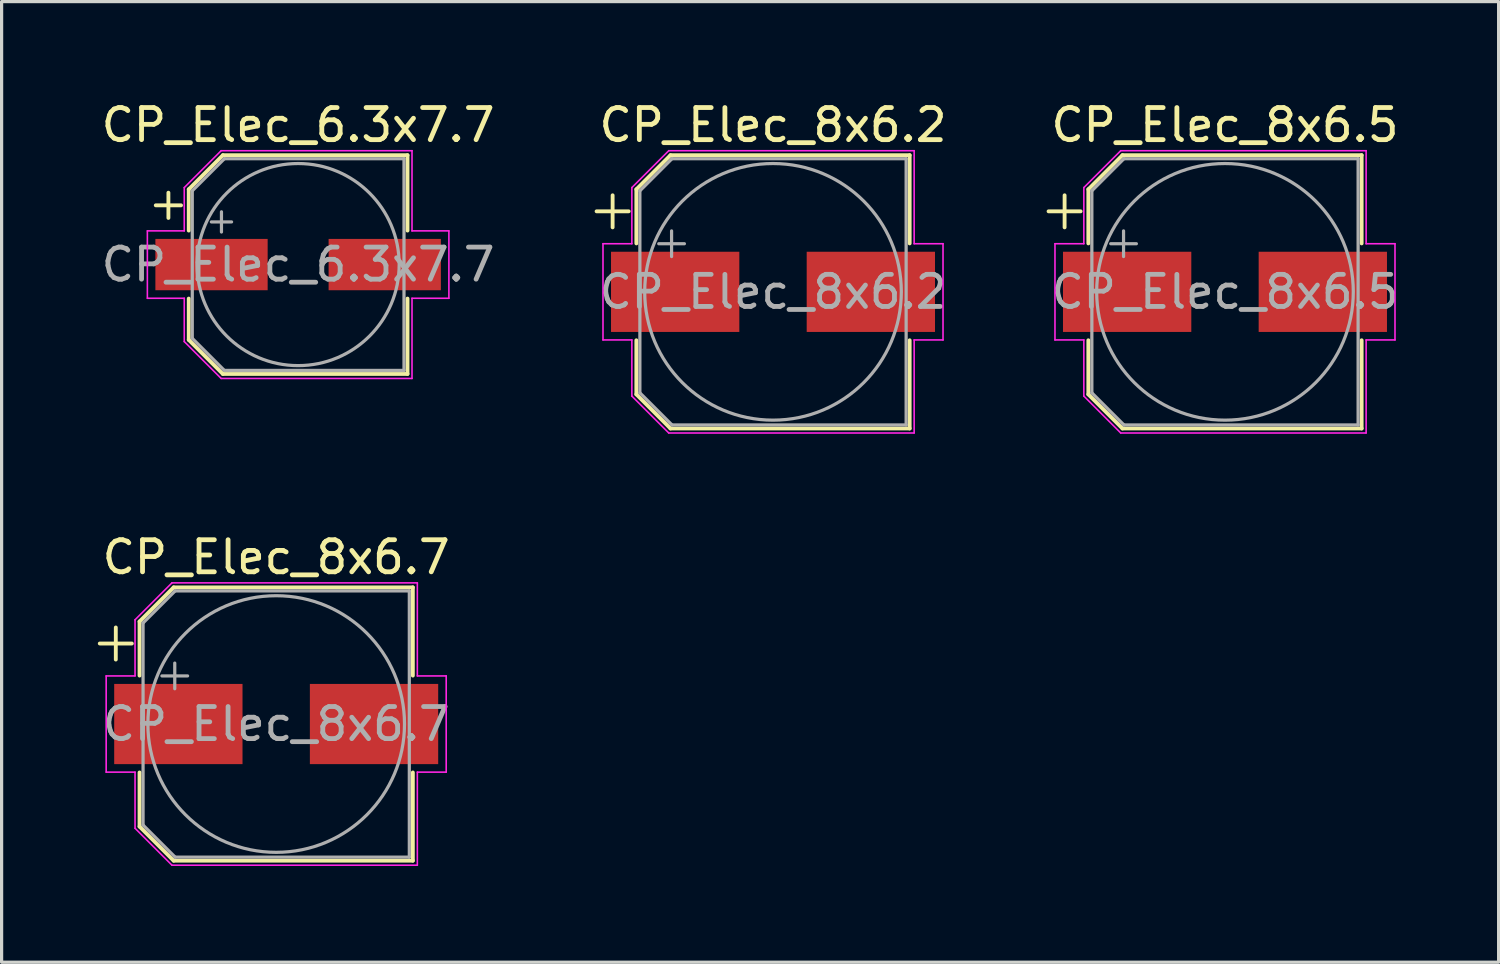
<source format=kicad_pcb>
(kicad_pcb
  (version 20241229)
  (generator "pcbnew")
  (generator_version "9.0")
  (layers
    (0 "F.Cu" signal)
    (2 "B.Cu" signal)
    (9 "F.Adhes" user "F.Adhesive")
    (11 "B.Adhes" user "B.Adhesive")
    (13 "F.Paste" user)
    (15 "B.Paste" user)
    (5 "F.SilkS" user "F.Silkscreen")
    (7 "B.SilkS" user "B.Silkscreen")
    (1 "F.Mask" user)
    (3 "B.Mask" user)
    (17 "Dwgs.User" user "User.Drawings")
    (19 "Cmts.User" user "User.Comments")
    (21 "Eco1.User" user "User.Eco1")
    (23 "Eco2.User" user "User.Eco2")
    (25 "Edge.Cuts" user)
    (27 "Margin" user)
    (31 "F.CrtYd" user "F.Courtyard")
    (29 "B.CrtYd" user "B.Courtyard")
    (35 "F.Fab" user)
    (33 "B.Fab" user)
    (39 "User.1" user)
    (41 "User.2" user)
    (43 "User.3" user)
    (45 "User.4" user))
  (footprint "CP_Elec_8x6.2"
    (layer "F.Cu")
    (at 21.048 6.048)
    (property "Reference" "CP_Elec_8x6.2" (at 0 -5.2 0) (layer "F.SilkS") (effects (font (size 1 1) (thickness 0.15))))
    (attr smd)
    (fp_line (start -5.5 -2.51) (end -4.5 -2.51) (stroke (width 0.12) (type solid)) (layer "F.SilkS"))
    (fp_line (start -5 -3.01) (end -5 -2.01) (stroke (width 0.12) (type solid)) (layer "F.SilkS"))
    (fp_line (start -4.26 -3.196) (end -4.26 -1.51) (stroke (width 0.12) (type solid)) (layer "F.SilkS"))
    (fp_line (start -4.26 -3.196) (end -3.196 -4.26) (stroke (width 0.12) (type solid)) (layer "F.SilkS"))
    (fp_line (start -4.26 3.196) (end -4.26 1.51) (stroke (width 0.12) (type solid)) (layer "F.SilkS"))
    (fp_line (start -4.26 3.196) (end -3.196 4.26) (stroke (width 0.12) (type solid)) (layer "F.SilkS"))
    (fp_line (start -3.196 -4.26) (end 4.26 -4.26) (stroke (width 0.12) (type solid)) (layer "F.SilkS"))
    (fp_line (start -3.196 4.26) (end 4.26 4.26) (stroke (width 0.12) (type solid)) (layer "F.SilkS"))
    (fp_line (start 4.26 -4.26) (end 4.26 -1.51) (stroke (width 0.12) (type solid)) (layer "F.SilkS"))
    (fp_line (start 4.26 4.26) (end 4.26 1.51) (stroke (width 0.12) (type solid)) (layer "F.SilkS"))
    (fp_line (start -5.3 -1.5) (end -5.3 1.5) (stroke (width 0.05) (type solid)) (layer "F.CrtYd"))
    (fp_line (start -5.3 1.5) (end -4.4 1.5) (stroke (width 0.05) (type solid)) (layer "F.CrtYd"))
    (fp_line (start -4.4 -3.25) (end -4.4 -1.5) (stroke (width 0.05) (type solid)) (layer "F.CrtYd"))
    (fp_line (start -4.4 -3.25) (end -3.25 -4.4) (stroke (width 0.05) (type solid)) (layer "F.CrtYd"))
    (fp_line (start -4.4 -1.5) (end -5.3 -1.5) (stroke (width 0.05) (type solid)) (layer "F.CrtYd"))
    (fp_line (start -4.4 1.5) (end -4.4 3.25) (stroke (width 0.05) (type solid)) (layer "F.CrtYd"))
    (fp_line (start -4.4 3.25) (end -3.25 4.4) (stroke (width 0.05) (type solid)) (layer "F.CrtYd"))
    (fp_line (start -3.25 -4.4) (end 4.4 -4.4) (stroke (width 0.05) (type solid)) (layer "F.CrtYd"))
    (fp_line (start -3.25 4.4) (end 4.4 4.4) (stroke (width 0.05) (type solid)) (layer "F.CrtYd"))
    (fp_line (start 4.4 -4.4) (end 4.4 -1.5) (stroke (width 0.05) (type solid)) (layer "F.CrtYd"))
    (fp_line (start 4.4 -1.5) (end 5.3 -1.5) (stroke (width 0.05) (type solid)) (layer "F.CrtYd"))
    (fp_line (start 4.4 1.5) (end 4.4 4.4) (stroke (width 0.05) (type solid)) (layer "F.CrtYd"))
    (fp_line (start 5.3 -1.5) (end 5.3 1.5) (stroke (width 0.05) (type solid)) (layer "F.CrtYd"))
    (fp_line (start 5.3 1.5) (end 4.4 1.5) (stroke (width 0.05) (type solid)) (layer "F.CrtYd"))
    (fp_line (start -4.15 -3.15) (end -4.15 3.15) (stroke (width 0.1) (type solid)) (layer "F.Fab"))
    (fp_line (start -4.15 -3.15) (end -3.15 -4.15) (stroke (width 0.1) (type solid)) (layer "F.Fab"))
    (fp_line (start -4.15 3.15) (end -3.15 4.15) (stroke (width 0.1) (type solid)) (layer "F.Fab"))
    (fp_line (start -3.562 -1.5) (end -2.762 -1.5) (stroke (width 0.1) (type solid)) (layer "F.Fab"))
    (fp_line (start -3.162 -1.9) (end -3.162 -1.1) (stroke (width 0.1) (type solid)) (layer "F.Fab"))
    (fp_line (start -3.15 -4.15) (end 4.15 -4.15) (stroke (width 0.1) (type solid)) (layer "F.Fab"))
    (fp_line (start -3.15 4.15) (end 4.15 4.15) (stroke (width 0.1) (type solid)) (layer "F.Fab"))
    (fp_line (start 4.15 -4.15) (end 4.15 4.15) (stroke (width 0.1) (type solid)) (layer "F.Fab"))
    (fp_circle (center 0 0) (end 4 0) (stroke (width 0.1) (type solid)) (fill no) (layer "F.Fab"))
    (fp_text user "${REFERENCE}" (at 0 0 0) (layer "F.Fab") (effects (font (size 1 1) (thickness 0.15))))
    (pad "1" smd rect (at -3.05 0) (size 4 2.5) (layers "F.Cu" "F.Mask" "F.Paste"))
    (pad "2" smd rect (at 3.05 0) (size 4 2.5) (layers "F.Cu" "F.Mask" "F.Paste")))
  (footprint "CP_Elec_8x6.7"
    (layer "F.Cu")
    (at 5.56 19.521)
    (property "Reference" "CP_Elec_8x6.7" (at 0 -5.2 0) (layer "F.SilkS") (effects (font (size 1 1) (thickness 0.15))))
    (attr smd)
    (fp_line (start -5.5 -2.51) (end -4.5 -2.51) (stroke (width 0.12) (type solid)) (layer "F.SilkS"))
    (fp_line (start -5 -3.01) (end -5 -2.01) (stroke (width 0.12) (type solid)) (layer "F.SilkS"))
    (fp_line (start -4.26 -3.196) (end -4.26 -1.51) (stroke (width 0.12) (type solid)) (layer "F.SilkS"))
    (fp_line (start -4.26 -3.196) (end -3.196 -4.26) (stroke (width 0.12) (type solid)) (layer "F.SilkS"))
    (fp_line (start -4.26 3.196) (end -4.26 1.51) (stroke (width 0.12) (type solid)) (layer "F.SilkS"))
    (fp_line (start -4.26 3.196) (end -3.196 4.26) (stroke (width 0.12) (type solid)) (layer "F.SilkS"))
    (fp_line (start -3.196 -4.26) (end 4.26 -4.26) (stroke (width 0.12) (type solid)) (layer "F.SilkS"))
    (fp_line (start -3.196 4.26) (end 4.26 4.26) (stroke (width 0.12) (type solid)) (layer "F.SilkS"))
    (fp_line (start 4.26 -4.26) (end 4.26 -1.51) (stroke (width 0.12) (type solid)) (layer "F.SilkS"))
    (fp_line (start 4.26 4.26) (end 4.26 1.51) (stroke (width 0.12) (type solid)) (layer "F.SilkS"))
    (fp_line (start -5.3 -1.5) (end -5.3 1.5) (stroke (width 0.05) (type solid)) (layer "F.CrtYd"))
    (fp_line (start -5.3 1.5) (end -4.4 1.5) (stroke (width 0.05) (type solid)) (layer "F.CrtYd"))
    (fp_line (start -4.4 -3.25) (end -4.4 -1.5) (stroke (width 0.05) (type solid)) (layer "F.CrtYd"))
    (fp_line (start -4.4 -3.25) (end -3.25 -4.4) (stroke (width 0.05) (type solid)) (layer "F.CrtYd"))
    (fp_line (start -4.4 -1.5) (end -5.3 -1.5) (stroke (width 0.05) (type solid)) (layer "F.CrtYd"))
    (fp_line (start -4.4 1.5) (end -4.4 3.25) (stroke (width 0.05) (type solid)) (layer "F.CrtYd"))
    (fp_line (start -4.4 3.25) (end -3.25 4.4) (stroke (width 0.05) (type solid)) (layer "F.CrtYd"))
    (fp_line (start -3.25 -4.4) (end 4.4 -4.4) (stroke (width 0.05) (type solid)) (layer "F.CrtYd"))
    (fp_line (start -3.25 4.4) (end 4.4 4.4) (stroke (width 0.05) (type solid)) (layer "F.CrtYd"))
    (fp_line (start 4.4 -4.4) (end 4.4 -1.5) (stroke (width 0.05) (type solid)) (layer "F.CrtYd"))
    (fp_line (start 4.4 -1.5) (end 5.3 -1.5) (stroke (width 0.05) (type solid)) (layer "F.CrtYd"))
    (fp_line (start 4.4 1.5) (end 4.4 4.4) (stroke (width 0.05) (type solid)) (layer "F.CrtYd"))
    (fp_line (start 5.3 -1.5) (end 5.3 1.5) (stroke (width 0.05) (type solid)) (layer "F.CrtYd"))
    (fp_line (start 5.3 1.5) (end 4.4 1.5) (stroke (width 0.05) (type solid)) (layer "F.CrtYd"))
    (fp_line (start -4.15 -3.15) (end -4.15 3.15) (stroke (width 0.1) (type solid)) (layer "F.Fab"))
    (fp_line (start -4.15 -3.15) (end -3.15 -4.15) (stroke (width 0.1) (type solid)) (layer "F.Fab"))
    (fp_line (start -4.15 3.15) (end -3.15 4.15) (stroke (width 0.1) (type solid)) (layer "F.Fab"))
    (fp_line (start -3.562 -1.5) (end -2.762 -1.5) (stroke (width 0.1) (type solid)) (layer "F.Fab"))
    (fp_line (start -3.162 -1.9) (end -3.162 -1.1) (stroke (width 0.1) (type solid)) (layer "F.Fab"))
    (fp_line (start -3.15 -4.15) (end 4.15 -4.15) (stroke (width 0.1) (type solid)) (layer "F.Fab"))
    (fp_line (start -3.15 4.15) (end 4.15 4.15) (stroke (width 0.1) (type solid)) (layer "F.Fab"))
    (fp_line (start 4.15 -4.15) (end 4.15 4.15) (stroke (width 0.1) (type solid)) (layer "F.Fab"))
    (fp_circle (center 0 0) (end 4 0) (stroke (width 0.1) (type solid)) (fill no) (layer "F.Fab"))
    (fp_text user "${REFERENCE}" (at 0 0 0) (layer "F.Fab") (effects (font (size 1 1) (thickness 0.15))))
    (pad "1" smd rect (at -3.05 0) (size 4 2.5) (layers "F.Cu" "F.Mask" "F.Paste"))
    (pad "2" smd rect (at 3.05 0) (size 4 2.5) (layers "F.Cu" "F.Mask" "F.Paste")))
  (footprint "CP_Elec_8x6.5"
    (layer "F.Cu")
    (at 35.138 6.048)
    (property "Reference" "CP_Elec_8x6.5" (at 0 -5.2 0) (layer "F.SilkS") (effects (font (size 1 1) (thickness 0.15))))
    (attr smd)
    (fp_line (start -5.5 -2.51) (end -4.5 -2.51) (stroke (width 0.12) (type solid)) (layer "F.SilkS"))
    (fp_line (start -5 -3.01) (end -5 -2.01) (stroke (width 0.12) (type solid)) (layer "F.SilkS"))
    (fp_line (start -4.26 -3.196) (end -4.26 -1.51) (stroke (width 0.12) (type solid)) (layer "F.SilkS"))
    (fp_line (start -4.26 -3.196) (end -3.196 -4.26) (stroke (width 0.12) (type solid)) (layer "F.SilkS"))
    (fp_line (start -4.26 3.196) (end -4.26 1.51) (stroke (width 0.12) (type solid)) (layer "F.SilkS"))
    (fp_line (start -4.26 3.196) (end -3.196 4.26) (stroke (width 0.12) (type solid)) (layer "F.SilkS"))
    (fp_line (start -3.196 -4.26) (end 4.26 -4.26) (stroke (width 0.12) (type solid)) (layer "F.SilkS"))
    (fp_line (start -3.196 4.26) (end 4.26 4.26) (stroke (width 0.12) (type solid)) (layer "F.SilkS"))
    (fp_line (start 4.26 -4.26) (end 4.26 -1.51) (stroke (width 0.12) (type solid)) (layer "F.SilkS"))
    (fp_line (start 4.26 4.26) (end 4.26 1.51) (stroke (width 0.12) (type solid)) (layer "F.SilkS"))
    (fp_line (start -5.3 -1.5) (end -5.3 1.5) (stroke (width 0.05) (type solid)) (layer "F.CrtYd"))
    (fp_line (start -5.3 1.5) (end -4.4 1.5) (stroke (width 0.05) (type solid)) (layer "F.CrtYd"))
    (fp_line (start -4.4 -3.25) (end -4.4 -1.5) (stroke (width 0.05) (type solid)) (layer "F.CrtYd"))
    (fp_line (start -4.4 -3.25) (end -3.25 -4.4) (stroke (width 0.05) (type solid)) (layer "F.CrtYd"))
    (fp_line (start -4.4 -1.5) (end -5.3 -1.5) (stroke (width 0.05) (type solid)) (layer "F.CrtYd"))
    (fp_line (start -4.4 1.5) (end -4.4 3.25) (stroke (width 0.05) (type solid)) (layer "F.CrtYd"))
    (fp_line (start -4.4 3.25) (end -3.25 4.4) (stroke (width 0.05) (type solid)) (layer "F.CrtYd"))
    (fp_line (start -3.25 -4.4) (end 4.4 -4.4) (stroke (width 0.05) (type solid)) (layer "F.CrtYd"))
    (fp_line (start -3.25 4.4) (end 4.4 4.4) (stroke (width 0.05) (type solid)) (layer "F.CrtYd"))
    (fp_line (start 4.4 -4.4) (end 4.4 -1.5) (stroke (width 0.05) (type solid)) (layer "F.CrtYd"))
    (fp_line (start 4.4 -1.5) (end 5.3 -1.5) (stroke (width 0.05) (type solid)) (layer "F.CrtYd"))
    (fp_line (start 4.4 1.5) (end 4.4 4.4) (stroke (width 0.05) (type solid)) (layer "F.CrtYd"))
    (fp_line (start 5.3 -1.5) (end 5.3 1.5) (stroke (width 0.05) (type solid)) (layer "F.CrtYd"))
    (fp_line (start 5.3 1.5) (end 4.4 1.5) (stroke (width 0.05) (type solid)) (layer "F.CrtYd"))
    (fp_line (start -4.15 -3.15) (end -4.15 3.15) (stroke (width 0.1) (type solid)) (layer "F.Fab"))
    (fp_line (start -4.15 -3.15) (end -3.15 -4.15) (stroke (width 0.1) (type solid)) (layer "F.Fab"))
    (fp_line (start -4.15 3.15) (end -3.15 4.15) (stroke (width 0.1) (type solid)) (layer "F.Fab"))
    (fp_line (start -3.562 -1.5) (end -2.762 -1.5) (stroke (width 0.1) (type solid)) (layer "F.Fab"))
    (fp_line (start -3.162 -1.9) (end -3.162 -1.1) (stroke (width 0.1) (type solid)) (layer "F.Fab"))
    (fp_line (start -3.15 -4.15) (end 4.15 -4.15) (stroke (width 0.1) (type solid)) (layer "F.Fab"))
    (fp_line (start -3.15 4.15) (end 4.15 4.15) (stroke (width 0.1) (type solid)) (layer "F.Fab"))
    (fp_line (start 4.15 -4.15) (end 4.15 4.15) (stroke (width 0.1) (type solid)) (layer "F.Fab"))
    (fp_circle (center 0 0) (end 4 0) (stroke (width 0.1) (type solid)) (fill no) (layer "F.Fab"))
    (fp_text user "${REFERENCE}" (at 0 0 0) (layer "F.Fab") (effects (font (size 1 1) (thickness 0.15))))
    (pad "1" smd rect (at -3.05 0) (size 4 2.5) (layers "F.Cu" "F.Mask" "F.Paste"))
    (pad "2" smd rect (at 3.05 0) (size 4 2.5) (layers "F.Cu" "F.Mask" "F.Paste")))
  (footprint "CP_Elec_6.3x7.7"
    (layer "F.Cu")
    (at 6.244 5.198)
    (property "Reference" "CP_Elec_6.3x7.7" (at 0 -4.35 0) (layer "F.SilkS") (effects (font (size 1 1) (thickness 0.15))))
    (attr smd)
    (fp_line (start -4.438 -1.847) (end -3.65 -1.847) (stroke (width 0.12) (type solid)) (layer "F.SilkS"))
    (fp_line (start -4.044 -2.241) (end -4.044 -1.454) (stroke (width 0.12) (type solid)) (layer "F.SilkS"))
    (fp_line (start -3.41 -2.346) (end -3.41 -1.06) (stroke (width 0.12) (type solid)) (layer "F.SilkS"))
    (fp_line (start -3.41 -2.346) (end -2.346 -3.41) (stroke (width 0.12) (type solid)) (layer "F.SilkS"))
    (fp_line (start -3.41 2.346) (end -3.41 1.06) (stroke (width 0.12) (type solid)) (layer "F.SilkS"))
    (fp_line (start -3.41 2.346) (end -2.346 3.41) (stroke (width 0.12) (type solid)) (layer "F.SilkS"))
    (fp_line (start -2.346 -3.41) (end 3.41 -3.41) (stroke (width 0.12) (type solid)) (layer "F.SilkS"))
    (fp_line (start -2.346 3.41) (end 3.41 3.41) (stroke (width 0.12) (type solid)) (layer "F.SilkS"))
    (fp_line (start 3.41 -3.41) (end 3.41 -1.06) (stroke (width 0.12) (type solid)) (layer "F.SilkS"))
    (fp_line (start 3.41 3.41) (end 3.41 1.06) (stroke (width 0.12) (type solid)) (layer "F.SilkS"))
    (fp_line (start -4.7 -1.05) (end -4.7 1.05) (stroke (width 0.05) (type solid)) (layer "F.CrtYd"))
    (fp_line (start -4.7 1.05) (end -3.55 1.05) (stroke (width 0.05) (type solid)) (layer "F.CrtYd"))
    (fp_line (start -3.55 -2.4) (end -3.55 -1.05) (stroke (width 0.05) (type solid)) (layer "F.CrtYd"))
    (fp_line (start -3.55 -2.4) (end -2.4 -3.55) (stroke (width 0.05) (type solid)) (layer "F.CrtYd"))
    (fp_line (start -3.55 -1.05) (end -4.7 -1.05) (stroke (width 0.05) (type solid)) (layer "F.CrtYd"))
    (fp_line (start -3.55 1.05) (end -3.55 2.4) (stroke (width 0.05) (type solid)) (layer "F.CrtYd"))
    (fp_line (start -3.55 2.4) (end -2.4 3.55) (stroke (width 0.05) (type solid)) (layer "F.CrtYd"))
    (fp_line (start -2.4 -3.55) (end 3.55 -3.55) (stroke (width 0.05) (type solid)) (layer "F.CrtYd"))
    (fp_line (start -2.4 3.55) (end 3.55 3.55) (stroke (width 0.05) (type solid)) (layer "F.CrtYd"))
    (fp_line (start 3.55 -3.55) (end 3.55 -1.05) (stroke (width 0.05) (type solid)) (layer "F.CrtYd"))
    (fp_line (start 3.55 -1.05) (end 4.7 -1.05) (stroke (width 0.05) (type solid)) (layer "F.CrtYd"))
    (fp_line (start 3.55 1.05) (end 3.55 3.55) (stroke (width 0.05) (type solid)) (layer "F.CrtYd"))
    (fp_line (start 4.7 -1.05) (end 4.7 1.05) (stroke (width 0.05) (type solid)) (layer "F.CrtYd"))
    (fp_line (start 4.7 1.05) (end 3.55 1.05) (stroke (width 0.05) (type solid)) (layer "F.CrtYd"))
    (fp_line (start -3.3 -2.3) (end -3.3 2.3) (stroke (width 0.1) (type solid)) (layer "F.Fab"))
    (fp_line (start -3.3 -2.3) (end -2.3 -3.3) (stroke (width 0.1) (type solid)) (layer "F.Fab"))
    (fp_line (start -3.3 2.3) (end -2.3 3.3) (stroke (width 0.1) (type solid)) (layer "F.Fab"))
    (fp_line (start -2.705 -1.33) (end -2.075 -1.33) (stroke (width 0.1) (type solid)) (layer "F.Fab"))
    (fp_line (start -2.39 -1.645) (end -2.39 -1.015) (stroke (width 0.1) (type solid)) (layer "F.Fab"))
    (fp_line (start -2.3 -3.3) (end 3.3 -3.3) (stroke (width 0.1) (type solid)) (layer "F.Fab"))
    (fp_line (start -2.3 3.3) (end 3.3 3.3) (stroke (width 0.1) (type solid)) (layer "F.Fab"))
    (fp_line (start 3.3 -3.3) (end 3.3 3.3) (stroke (width 0.1) (type solid)) (layer "F.Fab"))
    (fp_circle (center 0 0) (end 3.15 0) (stroke (width 0.1) (type solid)) (fill no) (layer "F.Fab"))
    (fp_text user "${REFERENCE}" (at 0 0 0) (layer "F.Fab") (effects (font (size 1 1) (thickness 0.15))))
    (pad "1" smd rect (at -2.7 0) (size 3.5 1.6) (layers "F.Cu" "F.Mask" "F.Paste"))
    (pad "2" smd rect (at 2.7 0) (size 3.5 1.6) (layers "F.Cu" "F.Mask" "F.Paste")))
  (gr_rect
    (start -3 -3)
    (end 43.668 26.947)
    (stroke (width 0.1) (type default))
    (fill no)
    (layer "Edge.Cuts")))
</source>
